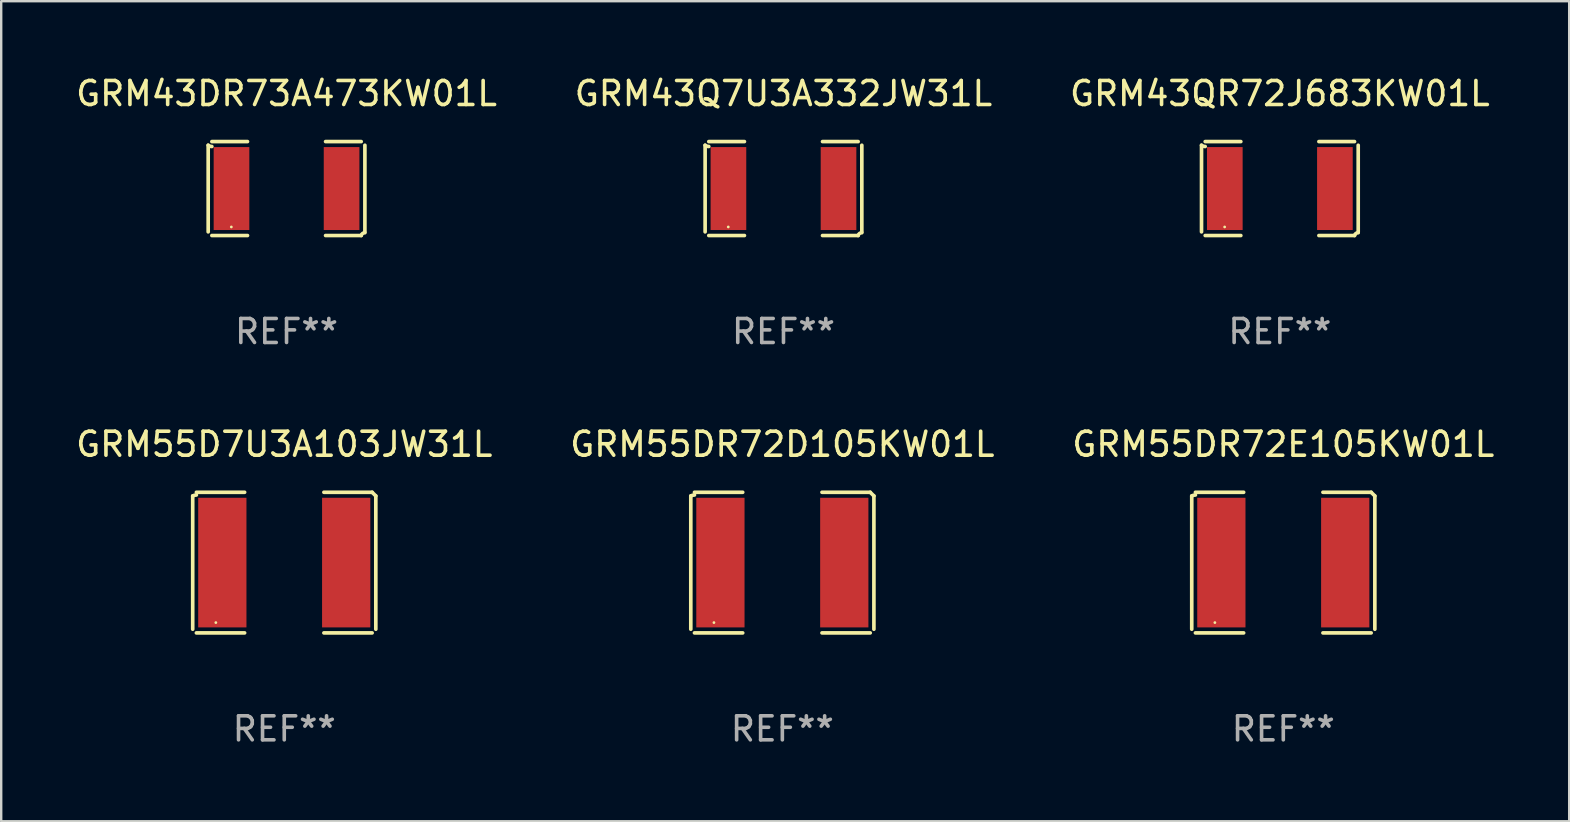
<source format=kicad_pcb>
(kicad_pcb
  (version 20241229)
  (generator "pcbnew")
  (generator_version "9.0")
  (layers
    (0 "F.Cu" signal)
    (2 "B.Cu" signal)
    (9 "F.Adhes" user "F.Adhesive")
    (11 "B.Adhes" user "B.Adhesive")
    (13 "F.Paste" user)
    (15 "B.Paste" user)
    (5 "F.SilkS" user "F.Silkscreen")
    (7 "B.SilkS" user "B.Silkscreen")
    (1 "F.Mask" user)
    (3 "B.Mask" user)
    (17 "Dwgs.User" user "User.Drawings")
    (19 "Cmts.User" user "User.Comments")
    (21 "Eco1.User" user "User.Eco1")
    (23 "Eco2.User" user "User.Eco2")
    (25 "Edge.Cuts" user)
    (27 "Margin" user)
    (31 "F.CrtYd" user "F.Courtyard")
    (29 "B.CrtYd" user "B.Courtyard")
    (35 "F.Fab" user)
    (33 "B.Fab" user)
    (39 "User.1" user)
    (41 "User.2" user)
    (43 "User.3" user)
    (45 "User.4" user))
  (footprint "GRM55D7U3A103JW31L"
    (layer "F.Cu")
    (at 8.792 20.387)
    (property "Reference" "GRM55D7U3A103JW31L" (at 0 -4.929 0) (layer "F.SilkS") (effects (font (size 1 1) (thickness 0.15))))
    (attr through_hole)
    (fp_line (start -3.814 2.776) (end -3.814 -2.776) (stroke (width 0.152) (type solid)) (layer "F.SilkS"))
    (fp_line (start -3.661 -2.929) (end -1.651 -2.929) (stroke (width 0.152) (type solid)) (layer "F.SilkS"))
    (fp_line (start -1.651 2.929) (end -3.661 2.929) (stroke (width 0.152) (type solid)) (layer "F.SilkS"))
    (fp_line (start 1.651 2.929) (end 3.661 2.929) (stroke (width 0.152) (type solid)) (layer "F.SilkS"))
    (fp_line (start 3.661 -2.929) (end 1.651 -2.929) (stroke (width 0.152) (type solid)) (layer "F.SilkS"))
    (fp_line (start 3.814 2.776) (end 3.814 -2.776) (stroke (width 0.152) (type solid)) (layer "F.SilkS"))
    (fp_arc (start -3.813614 -2.7762) (mid -3.739925 -2.805625) (end -3.661214 -2.815646) (stroke (width 0.1524) (type solid)) (layer "F.SilkS"))
    (fp_arc (start 3.661214 -2.9286) (mid 3.737425 -2.852411) (end 3.813614 -2.7762) (stroke (width 0.1524) (type solid)) (layer "F.SilkS"))
    (fp_circle (center -2.85 2.5) (end -2.82 2.5) (stroke (width 0.06) (type solid)) (fill no) (layer "F.SilkS"))
    (fp_text user "REF**" (at 0 6.929 0) (layer "F.Fab") (effects (font (size 1 1) (thickness 0.15))))
    (pad "1" smd rect (at -2.58 0) (size 2.01 5.4) (layers "F.Cu" "F.Mask" "F.Paste"))
    (pad "2" smd rect (at 2.58 0) (size 2.01 5.4) (layers "F.Cu" "F.Mask" "F.Paste")))
  (footprint "GRM43QR72J683KW01L"
    (layer "F.Cu")
    (at 50.268 4.805)
    (property "Reference" "GRM43QR72J683KW01L" (at 0 -3.957 0) (layer "F.SilkS") (effects (font (size 1 1) (thickness 0.15))))
    (attr through_hole)
    (fp_line (start -3.264 1.804) (end -3.264 -1.804) (stroke (width 0.152) (type solid)) (layer "F.SilkS"))
    (fp_line (start -3.111 -1.957) (end -1.626 -1.957) (stroke (width 0.152) (type solid)) (layer "F.SilkS"))
    (fp_line (start -1.626 1.957) (end -3.111 1.957) (stroke (width 0.152) (type solid)) (layer "F.SilkS"))
    (fp_line (start 1.626 1.957) (end 3.111 1.957) (stroke (width 0.152) (type solid)) (layer "F.SilkS"))
    (fp_line (start 3.111 -1.957) (end 1.626 -1.957) (stroke (width 0.152) (type solid)) (layer "F.SilkS"))
    (fp_line (start 3.264 1.804) (end 3.264 -1.804) (stroke (width 0.152) (type solid)) (layer "F.SilkS"))
    (fp_arc (start -3.111202 -1.752192) (mid -3.191715 -1.76555) (end -3.263602 -1.804191) (stroke (width 0.1524) (type solid)) (layer "F.SilkS"))
    (fp_arc (start 3.111201 1.956591) (mid 3.167789 1.872777) (end 3.263602 1.840424) (stroke (width 0.1524) (type solid)) (layer "F.SilkS"))
    (fp_circle (center -2.3 1.6) (end -2.27 1.6) (stroke (width 0.06) (type solid)) (fill no) (layer "F.SilkS"))
    (fp_text user "REF**" (at 0 5.957 0) (layer "F.Fab") (effects (font (size 1 1) (thickness 0.15))))
    (pad "1" smd rect (at -2.293 0) (size 1.485 3.456) (layers "F.Cu" "F.Mask" "F.Paste"))
    (pad "2" smd rect (at 2.293 0) (size 1.485 3.456) (layers "F.Cu" "F.Mask" "F.Paste")))
  (footprint "GRM55DR72D105KW01L"
    (layer "F.Cu")
    (at 29.542 20.387)
    (property "Reference" "GRM55DR72D105KW01L" (at 0 -4.929 0) (layer "F.SilkS") (effects (font (size 1 1) (thickness 0.15))))
    (attr through_hole)
    (fp_line (start -3.814 2.776) (end -3.814 -2.776) (stroke (width 0.152) (type solid)) (layer "F.SilkS"))
    (fp_line (start -3.661 -2.929) (end -1.651 -2.929) (stroke (width 0.152) (type solid)) (layer "F.SilkS"))
    (fp_line (start -1.651 2.929) (end -3.661 2.929) (stroke (width 0.152) (type solid)) (layer "F.SilkS"))
    (fp_line (start 1.651 2.929) (end 3.661 2.929) (stroke (width 0.152) (type solid)) (layer "F.SilkS"))
    (fp_line (start 3.661 -2.929) (end 1.651 -2.929) (stroke (width 0.152) (type solid)) (layer "F.SilkS"))
    (fp_line (start 3.814 2.776) (end 3.814 -2.776) (stroke (width 0.152) (type solid)) (layer "F.SilkS"))
    (fp_arc (start -3.813614 -2.7762) (mid -3.739925 -2.805625) (end -3.661214 -2.815646) (stroke (width 0.1524) (type solid)) (layer "F.SilkS"))
    (fp_arc (start 3.661214 -2.9286) (mid 3.737425 -2.852411) (end 3.813614 -2.7762) (stroke (width 0.1524) (type solid)) (layer "F.SilkS"))
    (fp_circle (center -2.85 2.5) (end -2.82 2.5) (stroke (width 0.06) (type solid)) (fill no) (layer "F.SilkS"))
    (fp_text user "REF**" (at 0 6.929 0) (layer "F.Fab") (effects (font (size 1 1) (thickness 0.15))))
    (pad "1" smd rect (at -2.58 0) (size 2.01 5.4) (layers "F.Cu" "F.Mask" "F.Paste"))
    (pad "2" smd rect (at 2.58 0) (size 2.01 5.4) (layers "F.Cu" "F.Mask" "F.Paste")))
  (footprint "GRM43Q7U3A332JW31L"
    (layer "F.Cu")
    (at 29.589 4.805)
    (property "Reference" "GRM43Q7U3A332JW31L" (at 0 -3.957 0) (layer "F.SilkS") (effects (font (size 1 1) (thickness 0.15))))
    (attr through_hole)
    (fp_line (start -3.264 1.804) (end -3.264 -1.804) (stroke (width 0.152) (type solid)) (layer "F.SilkS"))
    (fp_line (start -3.111 -1.957) (end -1.626 -1.957) (stroke (width 0.152) (type solid)) (layer "F.SilkS"))
    (fp_line (start -1.626 1.957) (end -3.111 1.957) (stroke (width 0.152) (type solid)) (layer "F.SilkS"))
    (fp_line (start 1.626 1.957) (end 3.111 1.957) (stroke (width 0.152) (type solid)) (layer "F.SilkS"))
    (fp_line (start 3.111 -1.957) (end 1.626 -1.957) (stroke (width 0.152) (type solid)) (layer "F.SilkS"))
    (fp_line (start 3.264 1.804) (end 3.264 -1.804) (stroke (width 0.152) (type solid)) (layer "F.SilkS"))
    (fp_arc (start -3.111202 -1.752192) (mid -3.191715 -1.76555) (end -3.263602 -1.804191) (stroke (width 0.1524) (type solid)) (layer "F.SilkS"))
    (fp_arc (start 3.111201 1.956591) (mid 3.167789 1.872777) (end 3.263602 1.840424) (stroke (width 0.1524) (type solid)) (layer "F.SilkS"))
    (fp_circle (center -2.3 1.6) (end -2.27 1.6) (stroke (width 0.06) (type solid)) (fill no) (layer "F.SilkS"))
    (fp_text user "REF**" (at 0 5.957 0) (layer "F.Fab") (effects (font (size 1 1) (thickness 0.15))))
    (pad "1" smd rect (at -2.293 0) (size 1.485 3.456) (layers "F.Cu" "F.Mask" "F.Paste"))
    (pad "2" smd rect (at 2.293 0) (size 1.485 3.456) (layers "F.Cu" "F.Mask" "F.Paste")))
  (footprint "GRM55DR72E105KW01L"
    (layer "F.Cu")
    (at 50.411 20.387)
    (property "Reference" "GRM55DR72E105KW01L" (at 0 -4.929 0) (layer "F.SilkS") (effects (font (size 1 1) (thickness 0.15))))
    (attr through_hole)
    (fp_line (start -3.814 2.776) (end -3.814 -2.776) (stroke (width 0.152) (type solid)) (layer "F.SilkS"))
    (fp_line (start -3.661 -2.929) (end -1.651 -2.929) (stroke (width 0.152) (type solid)) (layer "F.SilkS"))
    (fp_line (start -1.651 2.929) (end -3.661 2.929) (stroke (width 0.152) (type solid)) (layer "F.SilkS"))
    (fp_line (start 1.651 2.929) (end 3.661 2.929) (stroke (width 0.152) (type solid)) (layer "F.SilkS"))
    (fp_line (start 3.661 -2.929) (end 1.651 -2.929) (stroke (width 0.152) (type solid)) (layer "F.SilkS"))
    (fp_line (start 3.814 2.776) (end 3.814 -2.776) (stroke (width 0.152) (type solid)) (layer "F.SilkS"))
    (fp_arc (start -3.813614 -2.7762) (mid -3.739925 -2.805625) (end -3.661214 -2.815646) (stroke (width 0.1524) (type solid)) (layer "F.SilkS"))
    (fp_arc (start 3.661214 -2.9286) (mid 3.737425 -2.852411) (end 3.813614 -2.7762) (stroke (width 0.1524) (type solid)) (layer "F.SilkS"))
    (fp_circle (center -2.85 2.5) (end -2.82 2.5) (stroke (width 0.06) (type solid)) (fill no) (layer "F.SilkS"))
    (fp_text user "REF**" (at 0 6.929 0) (layer "F.Fab") (effects (font (size 1 1) (thickness 0.15))))
    (pad "1" smd rect (at -2.58 0) (size 2.01 5.4) (layers "F.Cu" "F.Mask" "F.Paste"))
    (pad "2" smd rect (at 2.58 0) (size 2.01 5.4) (layers "F.Cu" "F.Mask" "F.Paste")))
  (footprint "GRM43DR73A473KW01L"
    (layer "F.Cu")
    (at 8.887 4.805)
    (property "Reference" "GRM43DR73A473KW01L" (at 0 -3.957 0) (layer "F.SilkS") (effects (font (size 1 1) (thickness 0.15))))
    (attr through_hole)
    (fp_line (start -3.264 1.804) (end -3.264 -1.804) (stroke (width 0.152) (type solid)) (layer "F.SilkS"))
    (fp_line (start -3.111 -1.957) (end -1.626 -1.957) (stroke (width 0.152) (type solid)) (layer "F.SilkS"))
    (fp_line (start -1.626 1.957) (end -3.111 1.957) (stroke (width 0.152) (type solid)) (layer "F.SilkS"))
    (fp_line (start 1.626 1.957) (end 3.111 1.957) (stroke (width 0.152) (type solid)) (layer "F.SilkS"))
    (fp_line (start 3.111 -1.957) (end 1.626 -1.957) (stroke (width 0.152) (type solid)) (layer "F.SilkS"))
    (fp_line (start 3.264 1.804) (end 3.264 -1.804) (stroke (width 0.152) (type solid)) (layer "F.SilkS"))
    (fp_arc (start -3.111202 -1.752192) (mid -3.191715 -1.76555) (end -3.263602 -1.804191) (stroke (width 0.1524) (type solid)) (layer "F.SilkS"))
    (fp_arc (start 3.111201 1.956591) (mid 3.167789 1.872777) (end 3.263602 1.840424) (stroke (width 0.1524) (type solid)) (layer "F.SilkS"))
    (fp_circle (center -2.3 1.6) (end -2.27 1.6) (stroke (width 0.06) (type solid)) (fill no) (layer "F.SilkS"))
    (fp_text user "REF**" (at 0 5.957 0) (layer "F.Fab") (effects (font (size 1 1) (thickness 0.15))))
    (pad "1" smd rect (at -2.293 0) (size 1.485 3.456) (layers "F.Cu" "F.Mask" "F.Paste"))
    (pad "2" smd rect (at 2.293 0) (size 1.485 3.456) (layers "F.Cu" "F.Mask" "F.Paste")))
  (gr_rect
    (start -3 -3)
    (end 62.321 31.163)
    (stroke (width 0.1) (type default))
    (fill no)
    (layer "Edge.Cuts")))
</source>
